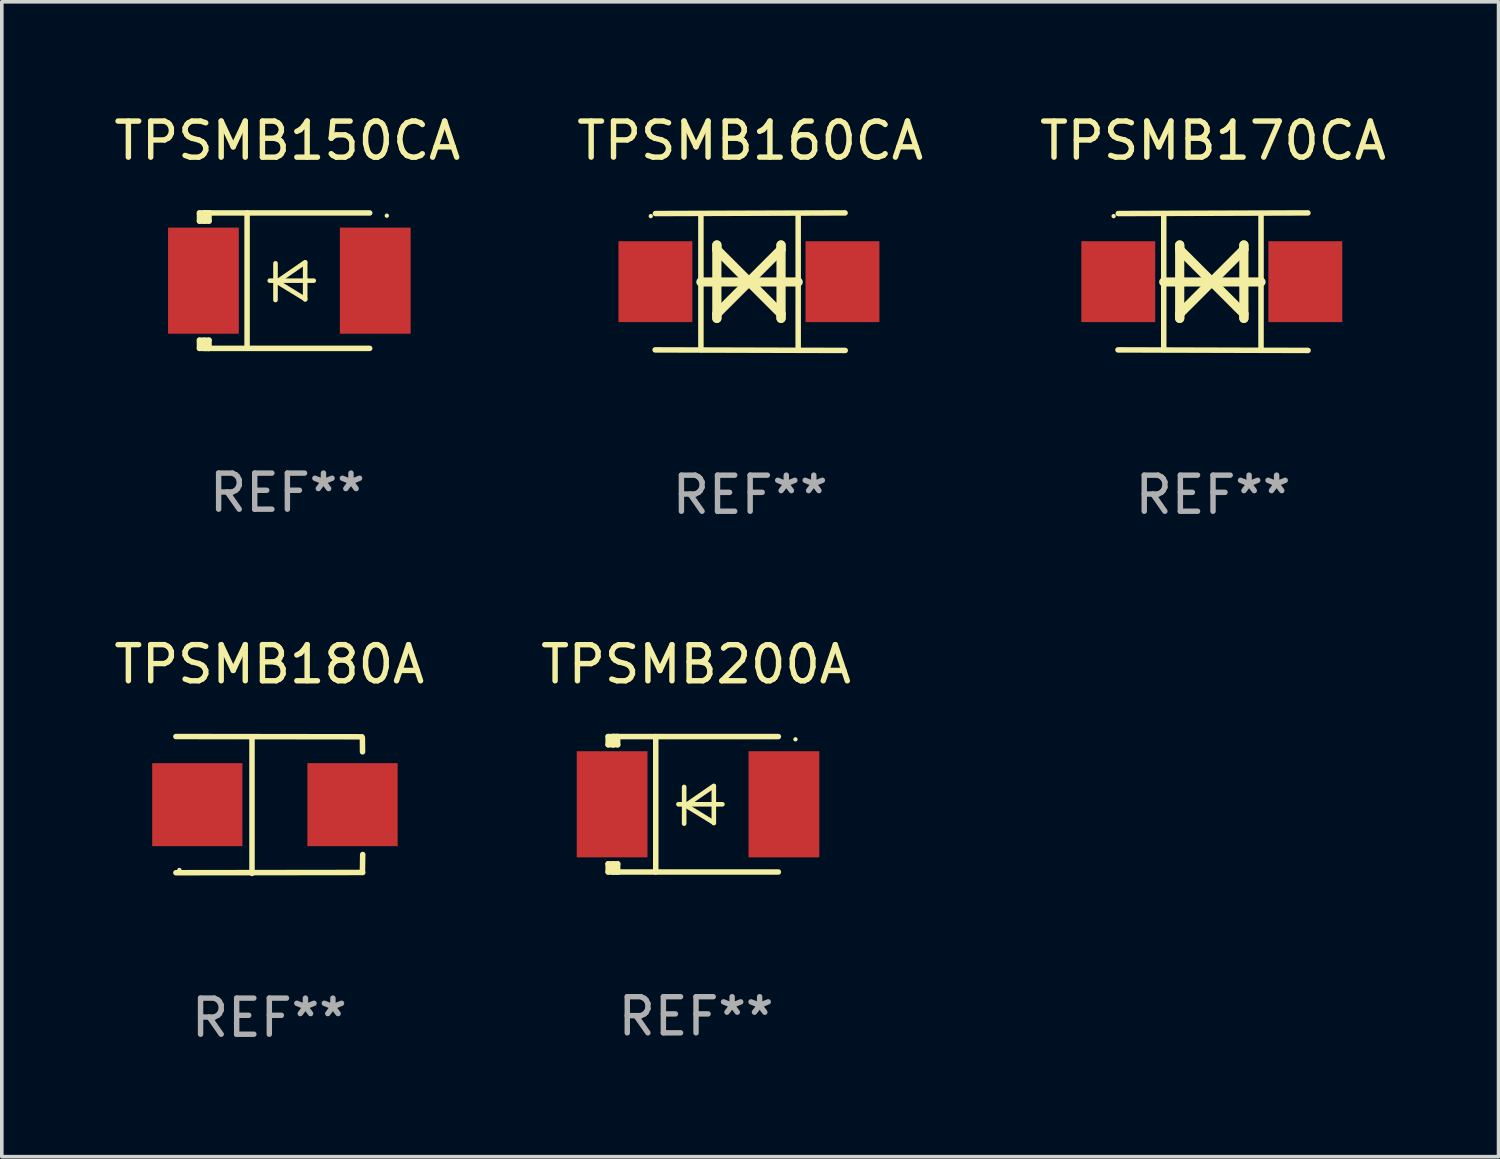
<source format=kicad_pcb>
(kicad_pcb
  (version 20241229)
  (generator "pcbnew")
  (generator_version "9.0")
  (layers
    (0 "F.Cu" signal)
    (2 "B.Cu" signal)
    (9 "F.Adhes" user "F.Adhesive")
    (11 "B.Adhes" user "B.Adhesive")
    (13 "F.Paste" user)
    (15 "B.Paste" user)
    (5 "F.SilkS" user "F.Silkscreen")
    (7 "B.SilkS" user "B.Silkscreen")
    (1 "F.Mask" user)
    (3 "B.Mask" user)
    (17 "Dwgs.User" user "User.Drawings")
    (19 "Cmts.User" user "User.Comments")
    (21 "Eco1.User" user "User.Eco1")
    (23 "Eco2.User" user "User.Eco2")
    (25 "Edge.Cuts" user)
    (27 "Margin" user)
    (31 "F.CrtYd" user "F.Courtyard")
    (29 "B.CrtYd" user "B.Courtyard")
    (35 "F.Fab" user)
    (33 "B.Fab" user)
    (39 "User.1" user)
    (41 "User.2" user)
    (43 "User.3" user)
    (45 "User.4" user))
  (footprint "TPSMB200A"
    (layer "F.Cu")
    (at 16.232 19.231)
    (property "Reference" "TPSMB200A" (at 0 -3.876 0) (layer "F.SilkS") (effects (font (size 1 1) (thickness 0.15))))
    (attr through_hole)
    (fp_line (start -2.435 1.65) (end -2.171 1.65) (stroke (width 0.152) (type solid)) (layer "F.SilkS"))
    (fp_line (start -2.435 1.876) (end -2.435 1.65) (stroke (width 0.152) (type solid)) (layer "F.SilkS"))
    (fp_line (start -2.435 -1.876) (end -2.171 -1.876) (stroke (width 0.152) (type solid)) (layer "F.SilkS"))
    (fp_line (start -2.435 -1.65) (end -2.435 -1.876) (stroke (width 0.152) (type solid)) (layer "F.SilkS"))
    (fp_line (start -2.305 -1.866) (end -2.295 -1.876) (stroke (width 0.152) (type solid)) (layer "F.SilkS"))
    (fp_line (start -2.305 -1.65) (end -2.305 -1.866) (stroke (width 0.152) (type solid)) (layer "F.SilkS"))
    (fp_line (start -2.305 1.876) (end -2.305 1.65) (stroke (width 0.152) (type solid)) (layer "F.SilkS"))
    (fp_line (start -2.295 -1.876) (end -2.295 -1.65) (stroke (width 0.152) (type solid)) (layer "F.SilkS"))
    (fp_line (start -2.171 1.876) (end -2.435 1.876) (stroke (width 0.152) (type solid)) (layer "F.SilkS"))
    (fp_line (start -2.171 -1.65) (end -2.435 -1.65) (stroke (width 0.152) (type solid)) (layer "F.SilkS"))
    (fp_line (start -2.171 -1.876) (end -2.295 -1.876) (stroke (width 0.152) (type solid)) (layer "F.SilkS"))
    (fp_line (start -2.171 -1.65) (end -2.171 -1.876) (stroke (width 0.152) (type solid)) (layer "F.SilkS"))
    (fp_line (start -2.171 1.876) (end -2.305 1.876) (stroke (width 0.152) (type solid)) (layer "F.SilkS"))
    (fp_line (start -2.171 1.876) (end -2.171 1.65) (stroke (width 0.152) (type solid)) (layer "F.SilkS"))
    (fp_line (start -1.116 1.876) (end -1.116 -1.876) (stroke (width 0.152) (type solid)) (layer "F.SilkS"))
    (fp_line (start -0.488 0.000102) (end 0.731 0.000102) (stroke (width 0.127) (type solid)) (layer "F.SilkS"))
    (fp_line (start -0.329 -0.48) (end -0.329 0.536) (stroke (width 0.127) (type solid)) (layer "F.SilkS"))
    (fp_line (start -0.29 0.03) (end 0.493 0.51) (stroke (width 0.127) (type solid)) (layer "F.SilkS"))
    (fp_line (start 0.493 -0.51) (end -0.29 0.03) (stroke (width 0.127) (type solid)) (layer "F.SilkS"))
    (fp_line (start 0.493 0.52) (end 0.493 -0.496) (stroke (width 0.127) (type solid)) (layer "F.SilkS"))
    (fp_line (start 2.281 -1.876) (end -2.171 -1.876) (stroke (width 0.152) (type solid)) (layer "F.SilkS"))
    (fp_line (start 2.281 1.876) (end -2.171 1.876) (stroke (width 0.152) (type solid)) (layer "F.SilkS"))
    (fp_circle (center 2.755 -1.8) (end 2.785 -1.8) (stroke (width 0.06) (type solid)) (fill no) (layer "F.SilkS"))
    (fp_text user "REF**" (at 0 5.876 0) (layer "F.Fab") (effects (font (size 1 1) (thickness 0.15))))
    (pad "1" smd rect (at 2.435 -0.000025 180) (size 1.96 2.94) (layers "F.Cu" "F.Mask" "F.Paste"))
    (pad "2" smd rect (at -2.325 -0.000025 180) (size 1.96 2.94) (layers "F.Cu" "F.Mask" "F.Paste")))
  (footprint "TPSMB180A"
    (layer "F.Cu")
    (at 4.411 19.25)
    (property "Reference" "TPSMB180A" (at 0 -3.896 0) (layer "F.SilkS") (effects (font (size 1 1) (thickness 0.15))))
    (attr through_hole)
    (fp_line (start -2.588 -1.896) (end 2.568 -1.889) (stroke (width 0.152) (type solid)) (layer "F.SilkS"))
    (fp_line (start -2.588 1.877) (end 2.588 1.87) (stroke (width 0.152) (type solid)) (layer "F.SilkS"))
    (fp_line (start -0.48 1.896) (end -0.48 -1.871) (stroke (width 0.152) (type solid)) (layer "F.SilkS"))
    (fp_line (start 2.579 -1.849) (end 2.582 -1.472) (stroke (width 0.152) (type solid)) (layer "F.SilkS"))
    (fp_line (start 2.579 1.867) (end 2.587 1.372) (stroke (width 0.152) (type solid)) (layer "F.SilkS"))
    (fp_circle (center -2.492 1.801) (end -2.462 1.801) (stroke (width 0.06) (type solid)) (fill no) (layer "F.SilkS"))
    (fp_text user "REF**" (at 0 5.896 0) (layer "F.Fab") (effects (font (size 1 1) (thickness 0.15))))
    (pad "1" smd rect (at -1.995 -0.009) (size 2.5 2.3) (layers "F.Cu" "F.Mask" "F.Paste"))
    (pad "2" smd rect (at 2.305 -0.009) (size 2.5 2.3) (layers "F.Cu" "F.Mask" "F.Paste")))
  (footprint "TPSMB150CA"
    (layer "F.Cu")
    (at 4.911 4.725)
    (property "Reference" "TPSMB150CA" (at 0 -3.876 0) (layer "F.SilkS") (effects (font (size 1 1) (thickness 0.15))))
    (attr through_hole)
    (fp_line (start -2.435 1.65) (end -2.171 1.65) (stroke (width 0.152) (type solid)) (layer "F.SilkS"))
    (fp_line (start -2.435 1.876) (end -2.435 1.65) (stroke (width 0.152) (type solid)) (layer "F.SilkS"))
    (fp_line (start -2.435 -1.876) (end -2.171 -1.876) (stroke (width 0.152) (type solid)) (layer "F.SilkS"))
    (fp_line (start -2.435 -1.65) (end -2.435 -1.876) (stroke (width 0.152) (type solid)) (layer "F.SilkS"))
    (fp_line (start -2.305 -1.866) (end -2.295 -1.876) (stroke (width 0.152) (type solid)) (layer "F.SilkS"))
    (fp_line (start -2.305 -1.65) (end -2.305 -1.866) (stroke (width 0.152) (type solid)) (layer "F.SilkS"))
    (fp_line (start -2.305 1.876) (end -2.305 1.65) (stroke (width 0.152) (type solid)) (layer "F.SilkS"))
    (fp_line (start -2.295 -1.876) (end -2.295 -1.65) (stroke (width 0.152) (type solid)) (layer "F.SilkS"))
    (fp_line (start -2.171 1.876) (end -2.435 1.876) (stroke (width 0.152) (type solid)) (layer "F.SilkS"))
    (fp_line (start -2.171 -1.65) (end -2.435 -1.65) (stroke (width 0.152) (type solid)) (layer "F.SilkS"))
    (fp_line (start -2.171 -1.876) (end -2.295 -1.876) (stroke (width 0.152) (type solid)) (layer "F.SilkS"))
    (fp_line (start -2.171 -1.65) (end -2.171 -1.876) (stroke (width 0.152) (type solid)) (layer "F.SilkS"))
    (fp_line (start -2.171 1.876) (end -2.305 1.876) (stroke (width 0.152) (type solid)) (layer "F.SilkS"))
    (fp_line (start -2.171 1.876) (end -2.171 1.65) (stroke (width 0.152) (type solid)) (layer "F.SilkS"))
    (fp_line (start -1.116 1.876) (end -1.116 -1.876) (stroke (width 0.152) (type solid)) (layer "F.SilkS"))
    (fp_line (start -0.488 0.000102) (end 0.731 0.000102) (stroke (width 0.127) (type solid)) (layer "F.SilkS"))
    (fp_line (start -0.329 -0.48) (end -0.329 0.536) (stroke (width 0.127) (type solid)) (layer "F.SilkS"))
    (fp_line (start -0.29 0.03) (end 0.493 0.51) (stroke (width 0.127) (type solid)) (layer "F.SilkS"))
    (fp_line (start 0.493 -0.51) (end -0.29 0.03) (stroke (width 0.127) (type solid)) (layer "F.SilkS"))
    (fp_line (start 0.493 0.52) (end 0.493 -0.496) (stroke (width 0.127) (type solid)) (layer "F.SilkS"))
    (fp_line (start 2.281 -1.876) (end -2.171 -1.876) (stroke (width 0.152) (type solid)) (layer "F.SilkS"))
    (fp_line (start 2.281 1.876) (end -2.171 1.876) (stroke (width 0.152) (type solid)) (layer "F.SilkS"))
    (fp_circle (center 2.755 -1.8) (end 2.785 -1.8) (stroke (width 0.06) (type solid)) (fill no) (layer "F.SilkS"))
    (fp_text user "REF**" (at 0 5.876 0) (layer "F.Fab") (effects (font (size 1 1) (thickness 0.15))))
    (pad "1" smd rect (at 2.435 -0.000025 180) (size 1.96 2.94) (layers "F.Cu" "F.Mask" "F.Paste"))
    (pad "2" smd rect (at -2.325 -0.000025 180) (size 1.96 2.94) (layers "F.Cu" "F.Mask" "F.Paste")))
  (footprint "TPSMB160CA"
    (layer "F.Cu")
    (at 17.732 4.753)
    (property "Reference" "TPSMB160CA" (at 0 -3.905 0) (layer "F.SilkS") (effects (font (size 1 1) (thickness 0.15))))
    (attr through_hole)
    (fp_line (start -1.365 1.886) (end -1.365 -1.886) (stroke (width 0.152) (type solid)) (layer "F.SilkS"))
    (fp_line (start -1.365 0.008) (end 1.33 0.008) (stroke (width 0.254) (type solid)) (layer "F.SilkS"))
    (fp_line (start -0.923 -1.016) (end -0.923 1.016) (stroke (width 0.254) (type solid)) (layer "F.SilkS"))
    (fp_line (start -0.923 -0.889) (end -0.923 -1.016) (stroke (width 0.254) (type solid)) (layer "F.SilkS"))
    (fp_line (start -0.923 0.889) (end -0.034 0) (stroke (width 0.254) (type solid)) (layer "F.SilkS"))
    (fp_line (start -0.923 1.016) (end -0.923 0.889) (stroke (width 0.254) (type solid)) (layer "F.SilkS"))
    (fp_line (start -0.034 0) (end -0.923 -0.889) (stroke (width 0.254) (type solid)) (layer "F.SilkS"))
    (fp_line (start -0.034 0) (end 0.855 0.889) (stroke (width 0.254) (type solid)) (layer "F.SilkS"))
    (fp_line (start 0.855 -1.016) (end 0.855 -0.889) (stroke (width 0.254) (type solid)) (layer "F.SilkS"))
    (fp_line (start 0.855 -0.889) (end -0.034 0) (stroke (width 0.254) (type solid)) (layer "F.SilkS"))
    (fp_line (start 0.855 0.889) (end 0.855 1.016) (stroke (width 0.254) (type solid)) (layer "F.SilkS"))
    (fp_line (start 0.855 1.016) (end 0.855 -1.016) (stroke (width 0.254) (type solid)) (layer "F.SilkS"))
    (fp_line (start 1.33 1.886) (end 1.33 -1.886) (stroke (width 0.152) (type solid)) (layer "F.SilkS"))
    (fp_line (start 2.629 -1.905) (end -2.625 -1.887) (stroke (width 0.152) (type solid)) (layer "F.SilkS"))
    (fp_line (start 2.633 1.905) (end -2.633 1.89) (stroke (width 0.152) (type solid)) (layer "F.SilkS"))
    (fp_circle (center -2.753 -1.816) (end -2.723 -1.816) (stroke (width 0.06) (type solid)) (fill no) (layer "F.SilkS"))
    (fp_text user "REF**" (at 0 5.905 0) (layer "F.Fab") (effects (font (size 1 1) (thickness 0.15))))
    (pad "1" smd rect (at -2.625 0) (size 2.047 2.241) (layers "F.Cu" "F.Mask" "F.Paste"))
    (pad "2" smd rect (at 2.557 0) (size 2.047 2.241) (layers "F.Cu" "F.Mask" "F.Paste")))
  (footprint "TPSMB170CA"
    (layer "F.Cu")
    (at 30.554 4.753)
    (property "Reference" "TPSMB170CA" (at 0 -3.905 0) (layer "F.SilkS") (effects (font (size 1 1) (thickness 0.15))))
    (attr through_hole)
    (fp_line (start -1.365 1.886) (end -1.365 -1.886) (stroke (width 0.152) (type solid)) (layer "F.SilkS"))
    (fp_line (start -1.365 0.008) (end 1.33 0.008) (stroke (width 0.254) (type solid)) (layer "F.SilkS"))
    (fp_line (start -0.923 -1.016) (end -0.923 1.016) (stroke (width 0.254) (type solid)) (layer "F.SilkS"))
    (fp_line (start -0.923 -0.889) (end -0.923 -1.016) (stroke (width 0.254) (type solid)) (layer "F.SilkS"))
    (fp_line (start -0.923 0.889) (end -0.034 0) (stroke (width 0.254) (type solid)) (layer "F.SilkS"))
    (fp_line (start -0.923 1.016) (end -0.923 0.889) (stroke (width 0.254) (type solid)) (layer "F.SilkS"))
    (fp_line (start -0.034 0) (end -0.923 -0.889) (stroke (width 0.254) (type solid)) (layer "F.SilkS"))
    (fp_line (start -0.034 0) (end 0.855 0.889) (stroke (width 0.254) (type solid)) (layer "F.SilkS"))
    (fp_line (start 0.855 -1.016) (end 0.855 -0.889) (stroke (width 0.254) (type solid)) (layer "F.SilkS"))
    (fp_line (start 0.855 -0.889) (end -0.034 0) (stroke (width 0.254) (type solid)) (layer "F.SilkS"))
    (fp_line (start 0.855 0.889) (end 0.855 1.016) (stroke (width 0.254) (type solid)) (layer "F.SilkS"))
    (fp_line (start 0.855 1.016) (end 0.855 -1.016) (stroke (width 0.254) (type solid)) (layer "F.SilkS"))
    (fp_line (start 1.33 1.886) (end 1.33 -1.886) (stroke (width 0.152) (type solid)) (layer "F.SilkS"))
    (fp_line (start 2.629 -1.905) (end -2.625 -1.887) (stroke (width 0.152) (type solid)) (layer "F.SilkS"))
    (fp_line (start 2.633 1.905) (end -2.633 1.89) (stroke (width 0.152) (type solid)) (layer "F.SilkS"))
    (fp_circle (center -2.753 -1.816) (end -2.723 -1.816) (stroke (width 0.06) (type solid)) (fill no) (layer "F.SilkS"))
    (fp_text user "REF**" (at 0 5.905 0) (layer "F.Fab") (effects (font (size 1 1) (thickness 0.15))))
    (pad "1" smd rect (at -2.625 0) (size 2.047 2.241) (layers "F.Cu" "F.Mask" "F.Paste"))
    (pad "2" smd rect (at 2.557 0) (size 2.047 2.241) (layers "F.Cu" "F.Mask" "F.Paste")))
  (gr_rect
    (start -3 -3)
    (end 38.464 28.994)
    (stroke (width 0.1) (type default))
    (fill no)
    (layer "Edge.Cuts")))
</source>
